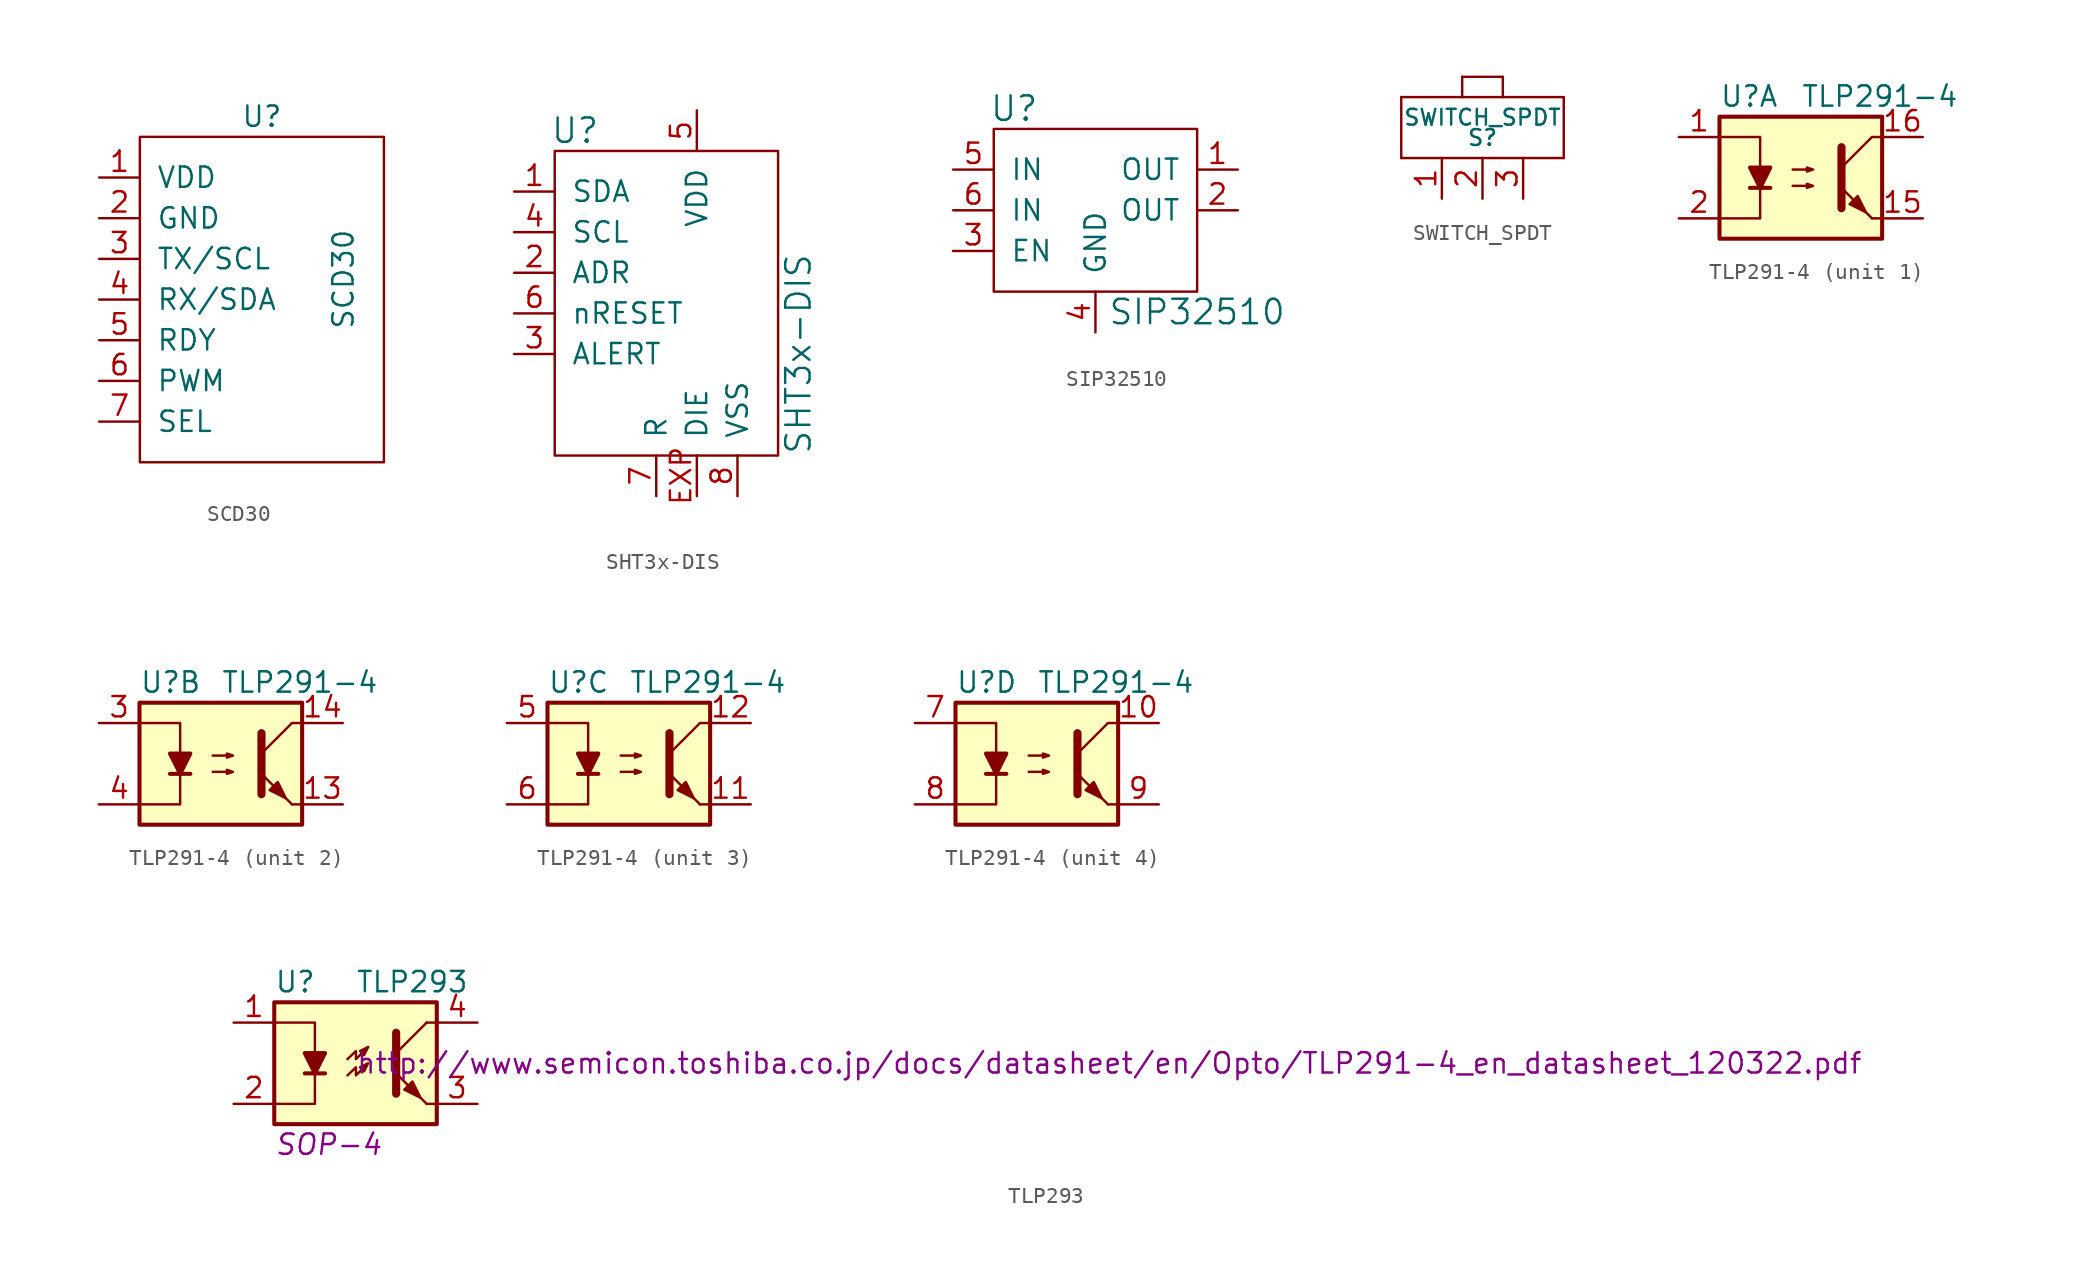
<source format=kicad_sym>
(kicad_symbol_lib
  (version 20211014)
  (generator kicad_symbol_editor)
  (symbol "SCD30"
    (pin_names
      (offset 1.016))
    (property "Reference" "U"
      (at 1.27 11.43 0)
      (effects (font (size 1.27 1.27))))
    (property "Value" "SCD30"
      (at 6.35 1.27 90)
      (effects (font (size 1.27 1.27))))
    (symbol "SCD30_0_1"
      (rectangle (start -6.35 -10.16) (end 8.89 10.16) (stroke (width 0) (type default) (color 0 0 0 0)) (fill (type none))))
    (symbol "SCD30_1_1"
      (pin input line (at -8.89 7.62 0) (length 2.54) (name "VDD" (effects (font (size 1.27 1.27)))) (number "1" (effects (font (size 1.27 1.27)))))
      (pin input line (at -8.89 5.08 0) (length 2.54) (name "GND" (effects (font (size 1.27 1.27)))) (number "2" (effects (font (size 1.27 1.27)))))
      (pin input line (at -8.89 2.54 0) (length 2.54) (name "TX/SCL" (effects (font (size 1.27 1.27)))) (number "3" (effects (font (size 1.27 1.27)))))
      (pin input line (at -8.89 0 0) (length 2.54) (name "RX/SDA" (effects (font (size 1.27 1.27)))) (number "4" (effects (font (size 1.27 1.27)))))
      (pin input line (at -8.89 -2.54 0) (length 2.54) (name "RDY" (effects (font (size 1.27 1.27)))) (number "5" (effects (font (size 1.27 1.27)))))
      (pin input line (at -8.89 -5.08 0) (length 2.54) (name "PWM" (effects (font (size 1.27 1.27)))) (number "6" (effects (font (size 1.27 1.27)))))
      (pin input line (at -8.89 -7.62 0) (length 2.54) (name "SEL" (effects (font (size 1.27 1.27)))) (number "7" (effects (font (size 1.27 1.27)))))))
  (symbol "SHT3x-DIS"
    (pin_names
      (offset 1.016))
    (property "Reference" "U"
      (at -7.62 8.89 0)
      (effects (font (size 1.524 1.524))))
    (property "Value" "SHT3x-DIS"
      (at 6.35 -5.08 90)
      (effects (font (size 1.524 1.524))))
    (property "Footprint" ""
      (at 0 0 0)
      (effects (font (size 1.524 1.524))))
    (property "Datasheet" ""
      (at 0 0 0)
      (effects (font (size 1.524 1.524))))
    (symbol "SHT3x-DIS_0_1"
      (rectangle (start -8.89 7.62) (end 5.08 -11.43) (stroke (width 0) (type default) (color 0 0 0 0)) (fill (type none))))
    (symbol "SHT3x-DIS_1_1"
      (pin input line (at -11.43 5.08 0) (length 2.54) (name "SDA" (effects (font (size 1.27 1.27)))) (number "1" (effects (font (size 1.27 1.27)))))
      (pin input line (at -11.43 0 0) (length 2.54) (name "ADR" (effects (font (size 1.27 1.27)))) (number "2" (effects (font (size 1.27 1.27)))))
      (pin input line (at -11.43 -5.08 0) (length 2.54) (name "ALERT" (effects (font (size 1.27 1.27)))) (number "3" (effects (font (size 1.27 1.27)))))
      (pin input line (at -11.43 2.54 0) (length 2.54) (name "SCL" (effects (font (size 1.27 1.27)))) (number "4" (effects (font (size 1.27 1.27)))))
      (pin input line (at 0 10.16 270) (length 2.54) (name "VDD" (effects (font (size 1.27 1.27)))) (number "5" (effects (font (size 1.27 1.27)))))
      (pin input line (at -11.43 -2.54 0) (length 2.54) (name "nRESET" (effects (font (size 1.27 1.27)))) (number "6" (effects (font (size 1.27 1.27)))))
      (pin input line (at -2.54 -13.97 90) (length 2.54) (name "R" (effects (font (size 1.27 1.27)))) (number "7" (effects (font (size 1.27 1.27)))))
      (pin input line (at 2.54 -13.97 90) (length 2.54) (name "VSS" (effects (font (size 1.27 1.27)))) (number "8" (effects (font (size 1.27 1.27)))))
      (pin input line (at 0 -13.97 90) (length 2.54) (name "DIE" (effects (font (size 1.27 1.27)))) (number "EXP" (effects (font (size 1.27 1.27)))))))
  (symbol "SIP32510"
    (pin_names
      (offset 1.016))
    (property "Reference" "U"
      (at -5.08 6.35 0)
      (effects (font (size 1.524 1.524))))
    (property "Value" "SIP32510"
      (at 6.35 -6.35 0)
      (effects (font (size 1.524 1.524))))
    (symbol "SIP32510_0_1"
      (rectangle (start -6.35 5.08) (end 6.35 -5.08) (stroke (width 0) (type default) (color 0 0 0 0)) (fill (type none))))
    (symbol "SIP32510_1_1"
      (pin output line (at 8.89 2.54 180) (length 2.54) (name "OUT" (effects (font (size 1.27 1.27)))) (number "1" (effects (font (size 1.27 1.27)))))
      (pin output line (at 8.89 0 180) (length 2.54) (name "OUT" (effects (font (size 1.27 1.27)))) (number "2" (effects (font (size 1.27 1.27)))))
      (pin passive line (at -8.89 -2.54 0) (length 2.54) (name "EN" (effects (font (size 1.27 1.27)))) (number "3" (effects (font (size 1.27 1.27)))))
      (pin passive line (at 0 -7.62 90) (length 2.54) (name "GND" (effects (font (size 1.27 1.27)))) (number "4" (effects (font (size 1.27 1.27)))))
      (pin input line (at -8.89 2.54 0) (length 2.54) (name "IN" (effects (font (size 1.27 1.27)))) (number "5" (effects (font (size 1.27 1.27)))))
      (pin input line (at -8.89 0 0) (length 2.54) (name "IN" (effects (font (size 1.27 1.27)))) (number "6" (effects (font (size 1.27 1.27)))))))
  (symbol "SWITCH_SPDT"
    (pin_names
      (offset 1.016))
    (property "Reference" "S"
      (at 0 0 0)
      (effects (font (size 0.991 0.991))))
    (property "Value" "SWITCH_SPDT"
      (at 0 1.27 0)
      (effects (font (size 0.991 0.991))))
    (symbol "SWITCH_SPDT_0_1"
      (rectangle (start -5.08 2.54) (end -5.08 -1.27) (stroke (width 0) (type default) (color 0 0 0 0)) (fill (type none)))
      (rectangle (start -5.08 2.54) (end 5.08 2.54) (stroke (width 0) (type default) (color 0 0 0 0)) (fill (type none)))
      (rectangle (start -1.27 2.54) (end -1.27 3.81) (stroke (width 0) (type default) (color 0 0 0 0)) (fill (type none)))
      (rectangle (start 1.27 3.81) (end -1.27 3.81) (stroke (width 0) (type default) (color 0 0 0 0)) (fill (type none)))
      (rectangle (start 1.27 3.81) (end 1.27 2.54) (stroke (width 0) (type default) (color 0 0 0 0)) (fill (type none)))
      (rectangle (start 5.08 -1.27) (end -5.08 -1.27) (stroke (width 0) (type default) (color 0 0 0 0)) (fill (type none)))
      (rectangle (start 5.08 -1.27) (end 5.08 2.54) (stroke (width 0) (type default) (color 0 0 0 0)) (fill (type none))))
    (symbol "SWITCH_SPDT_1_1"
      (pin passive line (at -2.54 -3.81 90) (length 2.54) (name "~" (effects (font (size 1.27 1.27)))) (number "1" (effects (font (size 1.27 1.27)))))
      (pin passive line (at 0 -3.81 90) (length 2.54) (name "~" (effects (font (size 1.27 1.27)))) (number "2" (effects (font (size 1.27 1.27)))))
      (pin passive line (at 2.54 -3.81 90) (length 2.54) (name "~" (effects (font (size 1.27 1.27)))) (number "3" (effects (font (size 1.27 1.27)))))))
  (symbol "TLP291-4"
    (pin_names
      (offset 1.016))
    (property "Reference" "U"
      (at -5.08 5.08 0)
      (effects (font (size 1.27 1.27)) (justify left)))
    (property "Value" "TLP291-4"
      (at 0 5.08 0)
      (effects (font (size 1.27 1.27)) (justify left)))
    (symbol "TLP291-4_0_1"
      (rectangle (start -5.08 3.81) (end 5.08 -3.81) (stroke (width 0.254) (type default) (color 0 0 0 0)) (fill (type background)))
      (polyline (pts (xy -3.175 -0.635) (xy -1.905 -0.635)) (stroke (width 0.254) (type default) (color 0 0 0 0)) (fill (type none)))
      (polyline (pts (xy 2.54 0.635) (xy 4.445 2.54)) (stroke (width 0) (type default) (color 0 0 0 0)) (fill (type none)))
      (polyline (pts (xy 4.445 -2.54) (xy 2.54 -0.635)) (stroke (width 0) (type default) (color 0 0 0 0)) (fill (type outline)))
      (polyline (pts (xy 4.445 -2.54) (xy 5.08 -2.54)) (stroke (width 0) (type default) (color 0 0 0 0)) (fill (type none)))
      (polyline (pts (xy 4.445 2.54) (xy 5.08 2.54)) (stroke (width 0) (type default) (color 0 0 0 0)) (fill (type none)))
      (polyline (pts (xy -5.08 2.54) (xy -2.54 2.54) (xy -2.54 0.635)) (stroke (width 0) (type default) (color 0 0 0 0)) (fill (type none)))
      (polyline (pts (xy -2.54 -0.635) (xy -2.54 -2.54) (xy -5.08 -2.54)) (stroke (width 0) (type default) (color 0 0 0 0)) (fill (type none)))
      (polyline (pts (xy 2.54 1.905) (xy 2.54 -1.905) (xy 2.54 -1.905)) (stroke (width 0.508) (type default) (color 0 0 0 0)) (fill (type none)))
      (polyline (pts (xy -2.54 -0.635) (xy -3.175 0.635) (xy -1.905 0.635) (xy -2.54 -0.635)) (stroke (width 0.254) (type default) (color 0 0 0 0)) (fill (type outline)))
      (polyline (pts (xy -0.508 -0.508) (xy 0.762 -0.508) (xy 0.381 -0.635) (xy 0.381 -0.381) (xy 0.762 -0.508)) (stroke (width 0) (type default) (color 0 0 0 0)) (fill (type none)))
      (polyline (pts (xy -0.508 0.508) (xy 0.762 0.508) (xy 0.381 0.381) (xy 0.381 0.635) (xy 0.762 0.508)) (stroke (width 0) (type default) (color 0 0 0 0)) (fill (type none)))
      (polyline (pts (xy 3.048 -1.651) (xy 3.556 -1.143) (xy 4.064 -2.159) (xy 3.048 -1.651) (xy 3.048 -1.651)) (stroke (width 0) (type default) (color 0 0 0 0)) (fill (type outline))))
    (symbol "TLP291-4_1_1"
      (pin passive line (at -7.62 2.54 0) (length 2.54) (name "~" (effects (font (size 1.27 1.27)))) (number "1" (effects (font (size 1.27 1.27)))))
      (pin passive line (at 7.62 -2.54 180) (length 2.54) (name "~" (effects (font (size 1.27 1.27)))) (number "15" (effects (font (size 1.27 1.27)))))
      (pin passive line (at 7.62 2.54 180) (length 2.54) (name "~" (effects (font (size 1.27 1.27)))) (number "16" (effects (font (size 1.27 1.27)))))
      (pin passive line (at -7.62 -2.54 0) (length 2.54) (name "~" (effects (font (size 1.27 1.27)))) (number "2" (effects (font (size 1.27 1.27))))))
    (symbol "TLP291-4_2_1"
      (pin passive line (at 7.62 -2.54 180) (length 2.54) (name "~" (effects (font (size 1.27 1.27)))) (number "13" (effects (font (size 1.27 1.27)))))
      (pin passive line (at 7.62 2.54 180) (length 2.54) (name "~" (effects (font (size 1.27 1.27)))) (number "14" (effects (font (size 1.27 1.27)))))
      (pin passive line (at -7.62 2.54 0) (length 2.54) (name "~" (effects (font (size 1.27 1.27)))) (number "3" (effects (font (size 1.27 1.27)))))
      (pin passive line (at -7.62 -2.54 0) (length 2.54) (name "~" (effects (font (size 1.27 1.27)))) (number "4" (effects (font (size 1.27 1.27))))))
    (symbol "TLP291-4_3_1"
      (pin passive line (at 7.62 -2.54 180) (length 2.54) (name "~" (effects (font (size 1.27 1.27)))) (number "11" (effects (font (size 1.27 1.27)))))
      (pin passive line (at 7.62 2.54 180) (length 2.54) (name "~" (effects (font (size 1.27 1.27)))) (number "12" (effects (font (size 1.27 1.27)))))
      (pin passive line (at -7.62 2.54 0) (length 2.54) (name "~" (effects (font (size 1.27 1.27)))) (number "5" (effects (font (size 1.27 1.27)))))
      (pin passive line (at -7.62 -2.54 0) (length 2.54) (name "~" (effects (font (size 1.27 1.27)))) (number "6" (effects (font (size 1.27 1.27))))))
    (symbol "TLP291-4_4_1"
      (pin passive line (at 7.62 2.54 180) (length 2.54) (name "~" (effects (font (size 1.27 1.27)))) (number "10" (effects (font (size 1.27 1.27)))))
      (pin passive line (at -7.62 2.54 0) (length 2.54) (name "~" (effects (font (size 1.27 1.27)))) (number "7" (effects (font (size 1.27 1.27)))))
      (pin passive line (at -7.62 -2.54 0) (length 2.54) (name "~" (effects (font (size 1.27 1.27)))) (number "8" (effects (font (size 1.27 1.27)))))
      (pin passive line (at 7.62 -2.54 180) (length 2.54) (name "~" (effects (font (size 1.27 1.27)))) (number "9" (effects (font (size 1.27 1.27)))))))
  (symbol "TLP293"
    (pin_names
      (offset 1.016))
    (property "Reference" "U"
      (at -5.08 5.08 0)
      (effects (font (size 1.27 1.27)) (justify left)))
    (property "Value" "TLP293"
      (at 0 5.08 0)
      (effects (font (size 1.27 1.27)) (justify left)))
    (property "Footprint" "SOP-4"
      (at -5.08 -5.08 0)
      (effects (font (size 1.27 1.27) italic) (justify left)))
    (property "Datasheet" "http://www.semicon.toshiba.co.jp/docs/datasheet/en/Opto/TLP291-4_en_datasheet_120322.pdf"
      (at 0 0 0)
      (effects (font (size 1.27 1.27)) (justify left)))
    (symbol "TLP293_0_1"
      (rectangle (start -5.08 3.81) (end 5.08 -3.81) (stroke (width 0.254) (type default) (color 0 0 0 0)) (fill (type background)))
      (polyline (pts (xy -3.175 -0.635) (xy -1.905 -0.635)) (stroke (width 0.254) (type default) (color 0 0 0 0)) (fill (type none)))
      (polyline (pts (xy 2.54 0.635) (xy 4.445 2.54)) (stroke (width 0) (type default) (color 0 0 0 0)) (fill (type none)))
      (polyline (pts (xy 4.445 -2.54) (xy 2.54 -0.635)) (stroke (width 0) (type default) (color 0 0 0 0)) (fill (type outline)))
      (polyline (pts (xy 4.445 -2.54) (xy 5.08 -2.54)) (stroke (width 0) (type default) (color 0 0 0 0)) (fill (type none)))
      (polyline (pts (xy 4.445 2.54) (xy 5.08 2.54)) (stroke (width 0) (type default) (color 0 0 0 0)) (fill (type none)))
      (polyline (pts (xy -5.08 2.54) (xy -2.54 2.54) (xy -2.54 0.635)) (stroke (width 0) (type default) (color 0 0 0 0)) (fill (type none)))
      (polyline (pts (xy -2.54 -0.635) (xy -2.54 -2.54) (xy -5.08 -2.54)) (stroke (width 0) (type default) (color 0 0 0 0)) (fill (type none)))
      (polyline (pts (xy 2.54 1.905) (xy 2.54 -1.905) (xy 2.54 -1.905)) (stroke (width 0.508) (type default) (color 0 0 0 0)) (fill (type none)))
      (polyline (pts (xy -2.54 -0.635) (xy -3.175 0.635) (xy -1.905 0.635) (xy -2.54 -0.635)) (stroke (width 0.254) (type default) (color 0 0 0 0)) (fill (type outline)))
      (polyline (pts (xy -0.508 0.254) (xy 0.025 0.762) (xy 0.025 0.254) (xy 0.787 1.016)) (stroke (width 0) (type default) (color 0 0 0 0)) (fill (type none)))
      (polyline (pts (xy 0.787 1.016) (xy 0.279 0.762) (xy 0.533 0.508) (xy 0.787 1.016)) (stroke (width 0) (type default) (color 0 0 0 0)) (fill (type none)))
      (polyline (pts (xy 3.048 -1.651) (xy 3.556 -1.143) (xy 4.064 -2.159) (xy 3.048 -1.651) (xy 3.048 -1.651)) (stroke (width 0) (type default) (color 0 0 0 0)) (fill (type outline)))
      (polyline (pts (xy -0.508 -0.762) (xy 0.025 -0.254) (xy 0.025 -0.762) (xy 0.787 0) (xy 0.279 -0.254) (xy 0.533 -0.508) (xy 0.787 0)) (stroke (width 0) (type default) (color 0 0 0 0)) (fill (type none))))
    (symbol "TLP293_1_1"
      (pin passive line (at -7.62 2.54 0) (length 2.54) (name "~" (effects (font (size 1.27 1.27)))) (number "1" (effects (font (size 1.27 1.27)))))
      (pin passive line (at -7.62 -2.54 0) (length 2.54) (name "~" (effects (font (size 1.27 1.27)))) (number "2" (effects (font (size 1.27 1.27)))))
      (pin passive line (at 7.62 -2.54 180) (length 2.54) (name "~" (effects (font (size 1.27 1.27)))) (number "3" (effects (font (size 1.27 1.27)))))
      (pin passive line (at 7.62 2.54 180) (length 2.54) (name "~" (effects (font (size 1.27 1.27)))) (number "4" (effects (font (size 1.27 1.27))))))))
</source>
